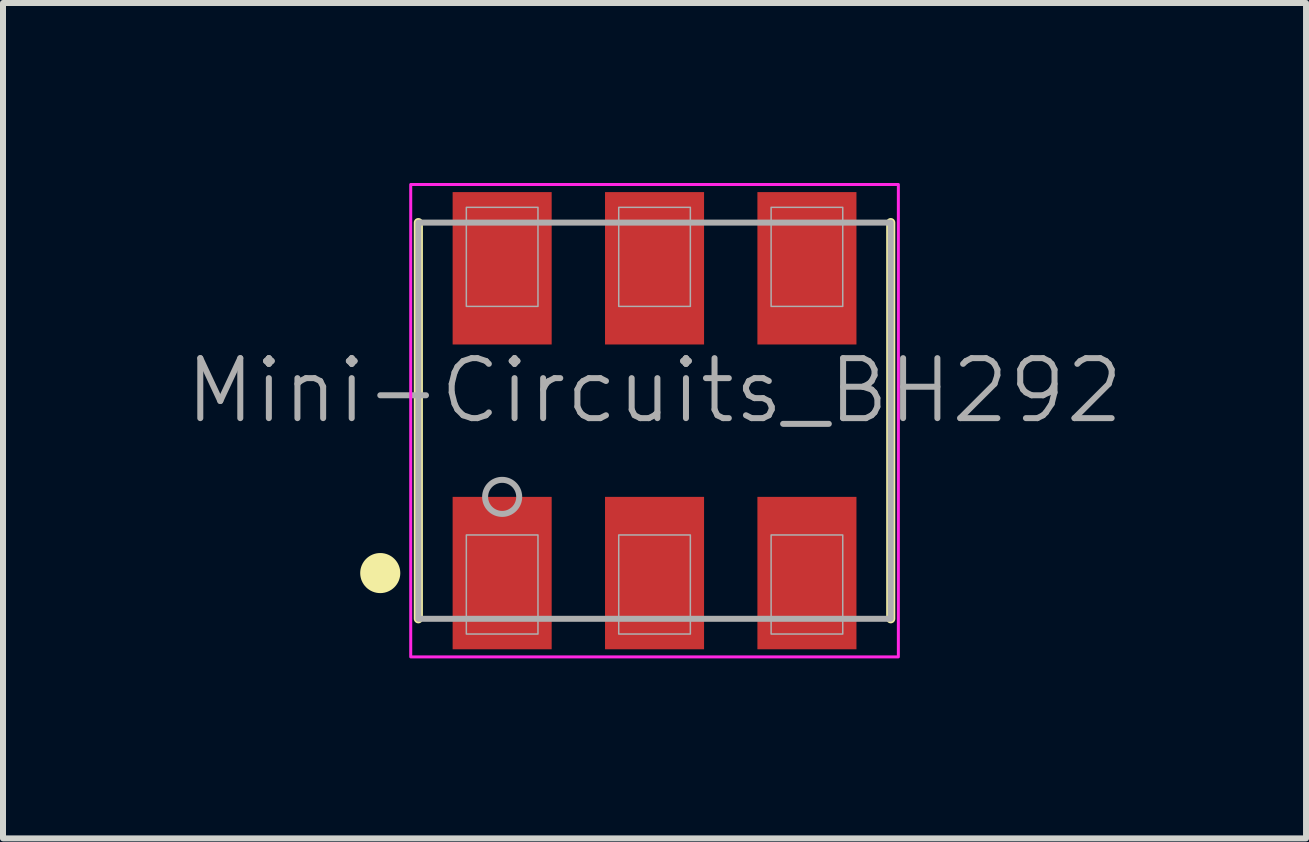
<source format=kicad_pcb>
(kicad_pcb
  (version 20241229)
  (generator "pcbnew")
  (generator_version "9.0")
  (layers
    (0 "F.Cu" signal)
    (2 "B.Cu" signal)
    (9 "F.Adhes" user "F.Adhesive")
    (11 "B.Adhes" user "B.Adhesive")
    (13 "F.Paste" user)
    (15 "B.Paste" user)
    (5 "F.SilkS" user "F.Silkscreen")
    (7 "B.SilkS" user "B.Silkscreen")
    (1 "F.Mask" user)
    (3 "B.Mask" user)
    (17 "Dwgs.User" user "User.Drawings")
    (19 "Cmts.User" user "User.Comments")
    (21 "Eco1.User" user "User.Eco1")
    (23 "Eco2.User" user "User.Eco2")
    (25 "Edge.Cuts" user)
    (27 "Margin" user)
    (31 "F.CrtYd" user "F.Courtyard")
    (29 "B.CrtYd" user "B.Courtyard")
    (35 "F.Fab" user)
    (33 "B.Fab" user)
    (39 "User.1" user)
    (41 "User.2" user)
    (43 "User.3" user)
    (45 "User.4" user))
  (footprint "Mini-Circuits_BH292"
    (layer "F.Cu")
    (at 7.86 3.962)
    (property "Reference" "Mini-Circuits_BH292" (at 0 -0.5 0) (unlocked yes) (layer "F.Fab") (effects (font (size 1 1) (thickness 0.1))))
    (attr smd)
    (fp_line (start -3.937 3.302) (end -3.937 -3.302) (stroke (width 0.152) (type default)) (layer "F.SilkS"))
    (fp_line (start 3.937 3.302) (end 3.937 -3.302) (stroke (width 0.152) (type default)) (layer "F.SilkS"))
    (fp_circle (center -4.572 2.54) (end -4.288 2.54) (stroke (width 0.1) (type solid)) (fill yes) (layer "F.SilkS"))
    (fp_rect (start -4.064 -3.937) (end 4.064 3.937) (stroke (width 0.05) (type default)) (fill no) (layer "F.CrtYd"))
    (fp_rect (start -3.937 -3.302) (end 3.937 3.302) (stroke (width 0.1) (type default)) (fill no) (layer "F.Fab"))
    (fp_rect (start -3.137 -3.556) (end -1.943 -1.905) (stroke (width 0.025) (type solid)) (fill no) (layer "F.Fab"))
    (fp_rect (start -3.137 1.905) (end -1.943 3.556) (stroke (width 0.025) (type solid)) (fill no) (layer "F.Fab"))
    (fp_rect (start -0.597 -3.556) (end 0.597 -1.905) (stroke (width 0.025) (type solid)) (fill no) (layer "F.Fab"))
    (fp_rect (start -0.597 1.905) (end 0.597 3.556) (stroke (width 0.025) (type solid)) (fill no) (layer "F.Fab"))
    (fp_rect (start 1.943 -3.556) (end 3.137 -1.905) (stroke (width 0.025) (type solid)) (fill no) (layer "F.Fab"))
    (fp_rect (start 1.943 1.905) (end 3.137 3.556) (stroke (width 0.025) (type solid)) (fill no) (layer "F.Fab"))
    (fp_circle (center -2.54 1.27) (end -2.256 1.27) (stroke (width 0.1) (type solid)) (fill no) (layer "F.Fab"))
    (pad "1" smd rect (at -2.54 2.54) (size 1.651 2.54) (layers "F.Cu" "F.Mask" "F.Paste"))
    (pad "2" smd rect (at 0 2.54) (size 1.651 2.54) (layers "F.Cu" "F.Mask" "F.Paste"))
    (pad "3" smd rect (at 2.54 2.54) (size 1.651 2.54) (layers "F.Cu" "F.Mask" "F.Paste"))
    (pad "4" smd rect (at 2.54 -2.54) (size 1.651 2.54) (layers "F.Cu" "F.Mask" "F.Paste"))
    (pad "5" smd rect (at 0 -2.54) (size 1.651 2.54) (layers "F.Cu" "F.Mask" "F.Paste"))
    (pad "6" smd rect (at -2.54 -2.54) (size 1.651 2.54) (layers "F.Cu" "F.Mask" "F.Paste")))
  (gr_rect
    (start -3 -3)
    (end 18.719 10.924)
    (stroke (width 0.1) (type default))
    (fill no)
    (layer "Edge.Cuts")))
</source>
